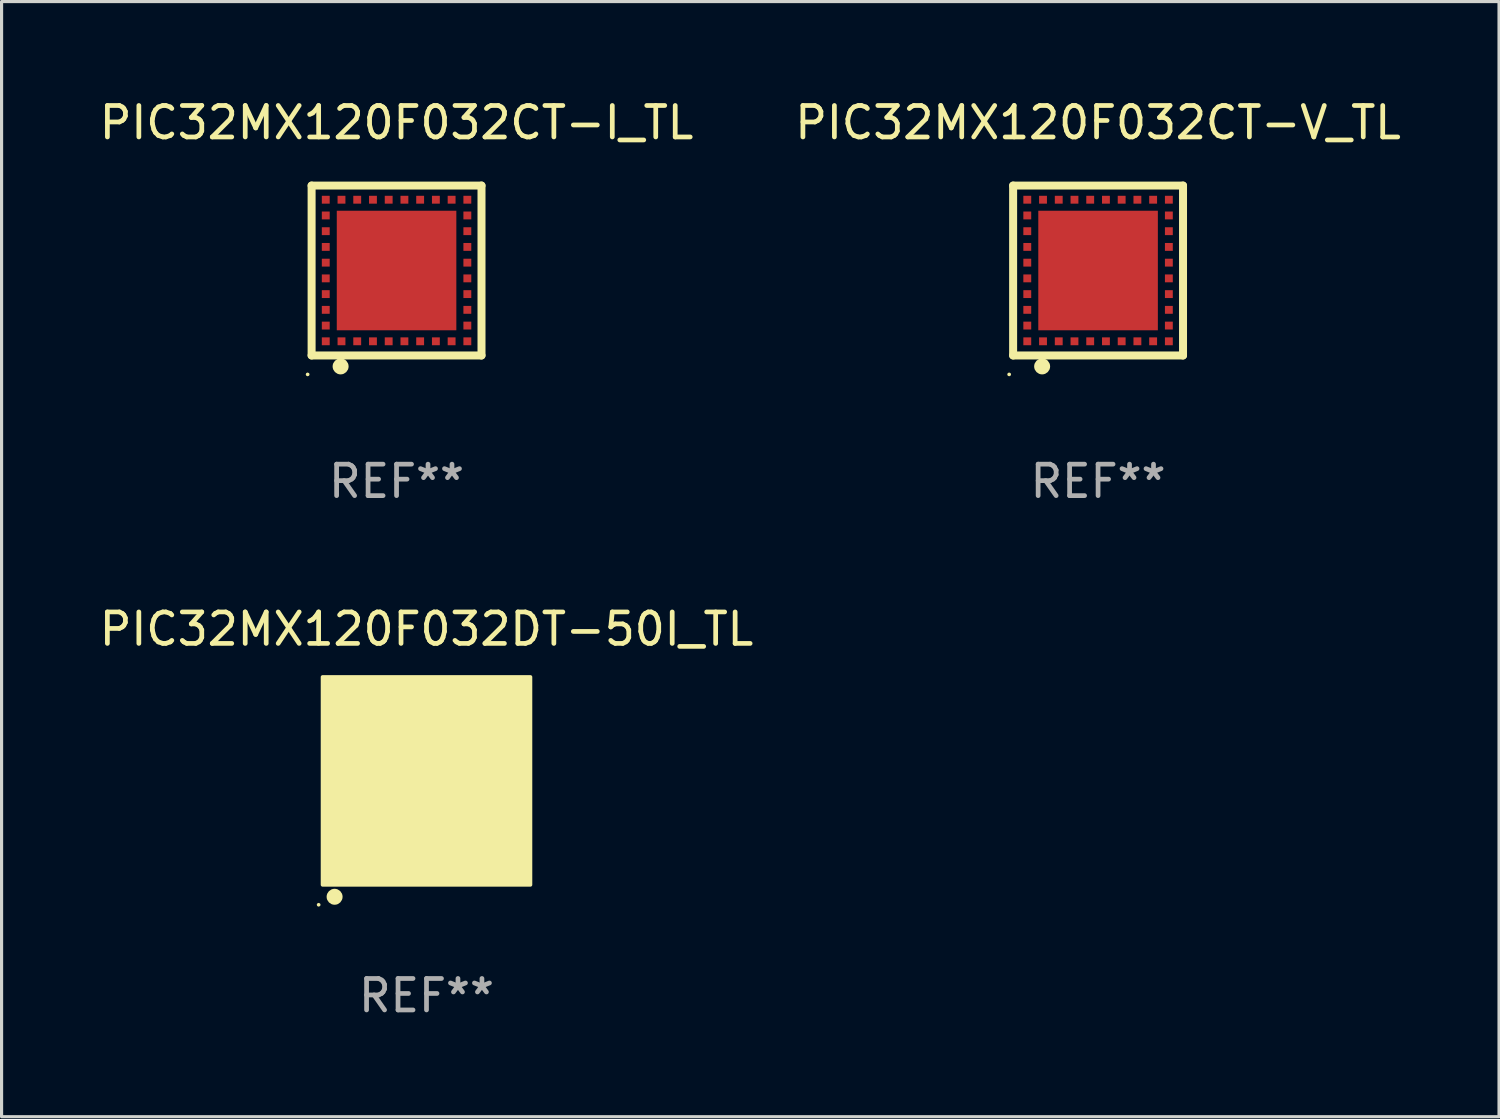
<source format=kicad_pcb>
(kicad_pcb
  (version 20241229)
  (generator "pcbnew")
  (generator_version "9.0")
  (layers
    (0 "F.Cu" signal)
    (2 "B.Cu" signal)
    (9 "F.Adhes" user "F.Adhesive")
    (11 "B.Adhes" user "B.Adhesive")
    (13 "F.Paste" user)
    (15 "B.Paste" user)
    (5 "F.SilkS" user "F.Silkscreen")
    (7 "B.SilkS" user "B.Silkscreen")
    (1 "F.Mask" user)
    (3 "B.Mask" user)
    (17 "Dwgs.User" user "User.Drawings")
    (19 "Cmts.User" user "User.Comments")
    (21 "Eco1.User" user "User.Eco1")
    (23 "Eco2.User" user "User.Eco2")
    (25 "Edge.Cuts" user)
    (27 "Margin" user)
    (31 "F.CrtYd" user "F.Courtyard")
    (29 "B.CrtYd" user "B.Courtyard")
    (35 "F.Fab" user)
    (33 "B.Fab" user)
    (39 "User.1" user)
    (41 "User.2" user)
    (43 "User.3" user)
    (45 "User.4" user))
  (footprint "PIC32MX120F032CT-V_TL"
    (layer "F.Cu")
    (at 31.851 5.548)
    (property "Reference" "PIC32MX120F032CT-V_TL" (at 0 -4.7 0) (layer "F.SilkS") (effects (font (size 1 1) (thickness 0.15))))
    (attr through_hole)
    (fp_line (start -2.7 -2.7) (end 2.7 -2.7) (stroke (width 0.254) (type solid)) (layer "F.SilkS"))
    (fp_line (start -2.7 2.7) (end -2.7 -2.7) (stroke (width 0.254) (type solid)) (layer "F.SilkS"))
    (fp_line (start 2.7 -2.7) (end 2.7 2.7) (stroke (width 0.254) (type solid)) (layer "F.SilkS"))
    (fp_line (start 2.7 2.7) (end -2.7 2.7) (stroke (width 0.254) (type solid)) (layer "F.SilkS"))
    (fp_circle (center -2.827 3.302) (end -2.797 3.302) (stroke (width 0.06) (type solid)) (fill no) (layer "F.SilkS"))
    (fp_circle (center -1.778 3.048) (end -1.651 3.048) (stroke (width 0.254) (type solid)) (fill no) (layer "F.SilkS"))
    (fp_text user "REF**" (at 0 6.7 0) (layer "F.Fab") (effects (font (size 1 1) (thickness 0.15))))
    (pad "1" smd rect (at -1.75 2.25) (size 0.25 0.25) (layers "F.Cu" "F.Mask" "F.Paste"))
    (pad "2" smd rect (at -1.25 2.25) (size 0.25 0.25) (layers "F.Cu" "F.Mask" "F.Paste"))
    (pad "3" smd rect (at -0.75 2.25) (size 0.25 0.25) (layers "F.Cu" "F.Mask" "F.Paste"))
    (pad "4" smd rect (at -0.25 2.25) (size 0.25 0.25) (layers "F.Cu" "F.Mask" "F.Paste"))
    (pad "5" smd rect (at 0.25 2.25) (size 0.25 0.25) (layers "F.Cu" "F.Mask" "F.Paste"))
    (pad "6" smd rect (at 0.75 2.25) (size 0.25 0.25) (layers "F.Cu" "F.Mask" "F.Paste"))
    (pad "7" smd rect (at 1.25 2.25) (size 0.25 0.25) (layers "F.Cu" "F.Mask" "F.Paste"))
    (pad "8" smd rect (at 1.75 2.25) (size 0.25 0.25) (layers "F.Cu" "F.Mask" "F.Paste"))
    (pad "9" smd rect (at 2.25 2.25) (size 0.25 0.25) (layers "F.Cu" "F.Mask" "F.Paste"))
    (pad "10" smd rect (at 2.25 1.75) (size 0.25 0.25) (layers "F.Cu" "F.Mask" "F.Paste"))
    (pad "11" smd rect (at 2.25 1.25) (size 0.25 0.25) (layers "F.Cu" "F.Mask" "F.Paste"))
    (pad "12" smd rect (at 2.25 0.75) (size 0.25 0.25) (layers "F.Cu" "F.Mask" "F.Paste"))
    (pad "13" smd rect (at 2.25 0.25) (size 0.25 0.25) (layers "F.Cu" "F.Mask" "F.Paste"))
    (pad "14" smd rect (at 2.25 -0.25) (size 0.25 0.25) (layers "F.Cu" "F.Mask" "F.Paste"))
    (pad "15" smd rect (at 2.25 -0.75) (size 0.25 0.25) (layers "F.Cu" "F.Mask" "F.Paste"))
    (pad "16" smd rect (at 2.25 -1.25) (size 0.25 0.25) (layers "F.Cu" "F.Mask" "F.Paste"))
    (pad "17" smd rect (at 2.25 -1.75) (size 0.25 0.25) (layers "F.Cu" "F.Mask" "F.Paste"))
    (pad "18" smd rect (at 2.25 -2.25) (size 0.25 0.25) (layers "F.Cu" "F.Mask" "F.Paste"))
    (pad "19" smd rect (at 1.75 -2.25) (size 0.25 0.25) (layers "F.Cu" "F.Mask" "F.Paste"))
    (pad "20" smd rect (at 1.25 -2.25) (size 0.25 0.25) (layers "F.Cu" "F.Mask" "F.Paste"))
    (pad "21" smd rect (at 0.75 -2.25) (size 0.25 0.25) (layers "F.Cu" "F.Mask" "F.Paste"))
    (pad "22" smd rect (at 0.25 -2.25) (size 0.25 0.25) (layers "F.Cu" "F.Mask" "F.Paste"))
    (pad "23" smd rect (at -0.25 -2.25) (size 0.25 0.25) (layers "F.Cu" "F.Mask" "F.Paste"))
    (pad "24" smd rect (at -0.75 -2.25) (size 0.25 0.25) (layers "F.Cu" "F.Mask" "F.Paste"))
    (pad "25" smd rect (at -1.25 -2.25) (size 0.25 0.25) (layers "F.Cu" "F.Mask" "F.Paste"))
    (pad "26" smd rect (at -1.75 -2.25) (size 0.25 0.25) (layers "F.Cu" "F.Mask" "F.Paste"))
    (pad "27" smd rect (at -2.25 -2.25) (size 0.25 0.25) (layers "F.Cu" "F.Mask" "F.Paste"))
    (pad "28" smd rect (at -2.25 -1.75) (size 0.25 0.25) (layers "F.Cu" "F.Mask" "F.Paste"))
    (pad "29" smd rect (at -2.25 -1.25) (size 0.25 0.25) (layers "F.Cu" "F.Mask" "F.Paste"))
    (pad "30" smd rect (at -2.25 -0.75) (size 0.25 0.25) (layers "F.Cu" "F.Mask" "F.Paste"))
    (pad "31" smd rect (at -2.25 -0.25) (size 0.25 0.25) (layers "F.Cu" "F.Mask" "F.Paste"))
    (pad "32" smd rect (at -2.25 0.25) (size 0.25 0.25) (layers "F.Cu" "F.Mask" "F.Paste"))
    (pad "33" smd rect (at -2.25 0.75) (size 0.25 0.25) (layers "F.Cu" "F.Mask" "F.Paste"))
    (pad "34" smd rect (at -2.25 1.25) (size 0.25 0.25) (layers "F.Cu" "F.Mask" "F.Paste"))
    (pad "35" smd rect (at -2.25 1.75) (size 0.25 0.25) (layers "F.Cu" "F.Mask" "F.Paste"))
    (pad "36" smd rect (at -2.25 2.25) (size 0.25 0.25) (layers "F.Cu" "F.Mask" "F.Paste"))
    (pad "37" smd rect (at 0.000127 -0.000076) (size 3.8 3.8) (layers "F.Cu" "F.Mask" "F.Paste")))
  (footprint "PIC32MX120F032CT-I_TL"
    (layer "F.Cu")
    (at 9.554 5.548)
    (property "Reference" "PIC32MX120F032CT-I_TL" (at 0 -4.7 0) (layer "F.SilkS") (effects (font (size 1 1) (thickness 0.15))))
    (attr through_hole)
    (fp_line (start -2.7 -2.7) (end 2.7 -2.7) (stroke (width 0.254) (type solid)) (layer "F.SilkS"))
    (fp_line (start -2.7 2.7) (end -2.7 -2.7) (stroke (width 0.254) (type solid)) (layer "F.SilkS"))
    (fp_line (start 2.7 -2.7) (end 2.7 2.7) (stroke (width 0.254) (type solid)) (layer "F.SilkS"))
    (fp_line (start 2.7 2.7) (end -2.7 2.7) (stroke (width 0.254) (type solid)) (layer "F.SilkS"))
    (fp_circle (center -2.827 3.302) (end -2.797 3.302) (stroke (width 0.06) (type solid)) (fill no) (layer "F.SilkS"))
    (fp_circle (center -1.778 3.048) (end -1.651 3.048) (stroke (width 0.254) (type solid)) (fill no) (layer "F.SilkS"))
    (fp_text user "REF**" (at 0 6.7 0) (layer "F.Fab") (effects (font (size 1 1) (thickness 0.15))))
    (pad "1" smd rect (at -1.75 2.25) (size 0.25 0.25) (layers "F.Cu" "F.Mask" "F.Paste"))
    (pad "2" smd rect (at -1.25 2.25) (size 0.25 0.25) (layers "F.Cu" "F.Mask" "F.Paste"))
    (pad "3" smd rect (at -0.75 2.25) (size 0.25 0.25) (layers "F.Cu" "F.Mask" "F.Paste"))
    (pad "4" smd rect (at -0.25 2.25) (size 0.25 0.25) (layers "F.Cu" "F.Mask" "F.Paste"))
    (pad "5" smd rect (at 0.25 2.25) (size 0.25 0.25) (layers "F.Cu" "F.Mask" "F.Paste"))
    (pad "6" smd rect (at 0.75 2.25) (size 0.25 0.25) (layers "F.Cu" "F.Mask" "F.Paste"))
    (pad "7" smd rect (at 1.25 2.25) (size 0.25 0.25) (layers "F.Cu" "F.Mask" "F.Paste"))
    (pad "8" smd rect (at 1.75 2.25) (size 0.25 0.25) (layers "F.Cu" "F.Mask" "F.Paste"))
    (pad "9" smd rect (at 2.25 2.25) (size 0.25 0.25) (layers "F.Cu" "F.Mask" "F.Paste"))
    (pad "10" smd rect (at 2.25 1.75) (size 0.25 0.25) (layers "F.Cu" "F.Mask" "F.Paste"))
    (pad "11" smd rect (at 2.25 1.25) (size 0.25 0.25) (layers "F.Cu" "F.Mask" "F.Paste"))
    (pad "12" smd rect (at 2.25 0.75) (size 0.25 0.25) (layers "F.Cu" "F.Mask" "F.Paste"))
    (pad "13" smd rect (at 2.25 0.25) (size 0.25 0.25) (layers "F.Cu" "F.Mask" "F.Paste"))
    (pad "14" smd rect (at 2.25 -0.25) (size 0.25 0.25) (layers "F.Cu" "F.Mask" "F.Paste"))
    (pad "15" smd rect (at 2.25 -0.75) (size 0.25 0.25) (layers "F.Cu" "F.Mask" "F.Paste"))
    (pad "16" smd rect (at 2.25 -1.25) (size 0.25 0.25) (layers "F.Cu" "F.Mask" "F.Paste"))
    (pad "17" smd rect (at 2.25 -1.75) (size 0.25 0.25) (layers "F.Cu" "F.Mask" "F.Paste"))
    (pad "18" smd rect (at 2.25 -2.25) (size 0.25 0.25) (layers "F.Cu" "F.Mask" "F.Paste"))
    (pad "19" smd rect (at 1.75 -2.25) (size 0.25 0.25) (layers "F.Cu" "F.Mask" "F.Paste"))
    (pad "20" smd rect (at 1.25 -2.25) (size 0.25 0.25) (layers "F.Cu" "F.Mask" "F.Paste"))
    (pad "21" smd rect (at 0.75 -2.25) (size 0.25 0.25) (layers "F.Cu" "F.Mask" "F.Paste"))
    (pad "22" smd rect (at 0.25 -2.25) (size 0.25 0.25) (layers "F.Cu" "F.Mask" "F.Paste"))
    (pad "23" smd rect (at -0.25 -2.25) (size 0.25 0.25) (layers "F.Cu" "F.Mask" "F.Paste"))
    (pad "24" smd rect (at -0.75 -2.25) (size 0.25 0.25) (layers "F.Cu" "F.Mask" "F.Paste"))
    (pad "25" smd rect (at -1.25 -2.25) (size 0.25 0.25) (layers "F.Cu" "F.Mask" "F.Paste"))
    (pad "26" smd rect (at -1.75 -2.25) (size 0.25 0.25) (layers "F.Cu" "F.Mask" "F.Paste"))
    (pad "27" smd rect (at -2.25 -2.25) (size 0.25 0.25) (layers "F.Cu" "F.Mask" "F.Paste"))
    (pad "28" smd rect (at -2.25 -1.75) (size 0.25 0.25) (layers "F.Cu" "F.Mask" "F.Paste"))
    (pad "29" smd rect (at -2.25 -1.25) (size 0.25 0.25) (layers "F.Cu" "F.Mask" "F.Paste"))
    (pad "30" smd rect (at -2.25 -0.75) (size 0.25 0.25) (layers "F.Cu" "F.Mask" "F.Paste"))
    (pad "31" smd rect (at -2.25 -0.25) (size 0.25 0.25) (layers "F.Cu" "F.Mask" "F.Paste"))
    (pad "32" smd rect (at -2.25 0.25) (size 0.25 0.25) (layers "F.Cu" "F.Mask" "F.Paste"))
    (pad "33" smd rect (at -2.25 0.75) (size 0.25 0.25) (layers "F.Cu" "F.Mask" "F.Paste"))
    (pad "34" smd rect (at -2.25 1.25) (size 0.25 0.25) (layers "F.Cu" "F.Mask" "F.Paste"))
    (pad "35" smd rect (at -2.25 1.75) (size 0.25 0.25) (layers "F.Cu" "F.Mask" "F.Paste"))
    (pad "36" smd rect (at -2.25 2.25) (size 0.25 0.25) (layers "F.Cu" "F.Mask" "F.Paste"))
    (pad "37" smd rect (at 0.000127 -0.000076) (size 3.8 3.8) (layers "F.Cu" "F.Mask" "F.Paste")))
  (footprint "PIC32MX120F032DT-50I_TL"
    (layer "F.Cu")
    (at 10.506 21.77)
    (property "Reference" "PIC32MX120F032DT-50I_TL" (at 0 -4.825 0) (layer "F.SilkS") (effects (font (size 1 1) (thickness 0.15))))
    (attr through_hole)
    (fp_circle (center -3.429 3.937) (end -3.399 3.937) (stroke (width 0.06) (type solid)) (fill no) (layer "F.SilkS"))
    (fp_circle (center -2.921 3.683) (end -2.794 3.683) (stroke (width 0.254) (type solid)) (fill no) (layer "F.SilkS"))
    (fp_poly (pts (xy -3.302 -3.302) (xy 3.302 -3.302) (xy 3.302 3.302) (xy -3.302 3.302)) (stroke (width 0.12) (type solid)) (fill yes) (layer "F.SilkS"))
    (fp_text user "REF**" (at 0 6.825 0) (layer "F.Fab") (effects (font (size 1 1) (thickness 0.15))))
    (pad "1" smd rect (at -2.25 2.825) (size 0.3 0.45) (layers "F.Cu" "F.Mask" "F.Paste"))
    (pad "2" smd rect (at -1.75 2.825) (size 0.3 0.45) (layers "F.Cu" "F.Mask" "F.Paste"))
    (pad "3" smd rect (at -1.25 2.825) (size 0.3 0.45) (layers "F.Cu" "F.Mask" "F.Paste"))
    (pad "4" smd rect (at -0.75 2.825) (size 0.3 0.45) (layers "F.Cu" "F.Mask" "F.Paste"))
    (pad "5" smd rect (at -0.25 2.825) (size 0.3 0.45) (layers "F.Cu" "F.Mask" "F.Paste"))
    (pad "6" smd rect (at 0.25 2.825) (size 0.3 0.45) (layers "F.Cu" "F.Mask" "F.Paste"))
    (pad "7" smd rect (at 0.75 2.825) (size 0.3 0.45) (layers "F.Cu" "F.Mask" "F.Paste"))
    (pad "8" smd rect (at 1.25 2.825) (size 0.3 0.45) (layers "F.Cu" "F.Mask" "F.Paste"))
    (pad "9" smd rect (at 1.75 2.825) (size 0.3 0.45) (layers "F.Cu" "F.Mask" "F.Paste"))
    (pad "10" smd rect (at 2.25 2.825) (size 0.3 0.45) (layers "F.Cu" "F.Mask" "F.Paste"))
    (pad "11" smd rect (at 2.825 2.825 90) (size 0.45 0.45) (layers "F.Cu" "F.Mask" "F.Paste"))
    (pad "12" smd rect (at 2.825 2.25 90) (size 0.3 0.45) (layers "F.Cu" "F.Mask" "F.Paste"))
    (pad "13" smd rect (at 2.825 1.75 90) (size 0.3 0.45) (layers "F.Cu" "F.Mask" "F.Paste"))
    (pad "14" smd rect (at 2.825 1.25 90) (size 0.3 0.45) (layers "F.Cu" "F.Mask" "F.Paste"))
    (pad "15" smd rect (at 2.825 0.75 90) (size 0.3 0.45) (layers "F.Cu" "F.Mask" "F.Paste"))
    (pad "16" smd rect (at 2.825 0.25 90) (size 0.3 0.45) (layers "F.Cu" "F.Mask" "F.Paste"))
    (pad "17" smd rect (at 2.825 -0.25 90) (size 0.3 0.45) (layers "F.Cu" "F.Mask" "F.Paste"))
    (pad "18" smd rect (at 2.825 -0.75 90) (size 0.3 0.45) (layers "F.Cu" "F.Mask" "F.Paste"))
    (pad "19" smd rect (at 2.825 -1.25 90) (size 0.3 0.45) (layers "F.Cu" "F.Mask" "F.Paste"))
    (pad "20" smd rect (at 2.825 -1.75 90) (size 0.3 0.45) (layers "F.Cu" "F.Mask" "F.Paste"))
    (pad "21" smd rect (at 2.825 -2.25 90) (size 0.3 0.45) (layers "F.Cu" "F.Mask" "F.Paste"))
    (pad "22" smd rect (at 2.825 -2.825 90) (size 0.45 0.45) (layers "F.Cu" "F.Mask" "F.Paste"))
    (pad "23" smd rect (at 2.25 -2.825) (size 0.3 0.45) (layers "F.Cu" "F.Mask" "F.Paste"))
    (pad "24" smd rect (at 1.75 -2.825) (size 0.3 0.45) (layers "F.Cu" "F.Mask" "F.Paste"))
    (pad "25" smd rect (at 1.25 -2.825) (size 0.3 0.45) (layers "F.Cu" "F.Mask" "F.Paste"))
    (pad "26" smd rect (at 0.75 -2.825) (size 0.3 0.45) (layers "F.Cu" "F.Mask" "F.Paste"))
    (pad "27" smd rect (at 0.25 -2.825) (size 0.3 0.45) (layers "F.Cu" "F.Mask" "F.Paste"))
    (pad "28" smd rect (at -0.25 -2.825) (size 0.3 0.45) (layers "F.Cu" "F.Mask" "F.Paste"))
    (pad "29" smd rect (at -0.75 -2.825) (size 0.3 0.45) (layers "F.Cu" "F.Mask" "F.Paste"))
    (pad "30" smd rect (at -1.25 -2.825) (size 0.3 0.45) (layers "F.Cu" "F.Mask" "F.Paste"))
    (pad "31" smd rect (at -1.75 -2.825) (size 0.3 0.45) (layers "F.Cu" "F.Mask" "F.Paste"))
    (pad "32" smd rect (at -2.25 -2.825) (size 0.3 0.45) (layers "F.Cu" "F.Mask" "F.Paste"))
    (pad "33" smd rect (at -2.825 -2.825 90) (size 0.45 0.45) (layers "F.Cu" "F.Mask" "F.Paste"))
    (pad "34" smd rect (at -2.825 -2.25 90) (size 0.3 0.45) (layers "F.Cu" "F.Mask" "F.Paste"))
    (pad "35" smd rect (at -2.825 -1.75 90) (size 0.3 0.45) (layers "F.Cu" "F.Mask" "F.Paste"))
    (pad "36" smd rect (at -2.825 -1.25 90) (size 0.3 0.45) (layers "F.Cu" "F.Mask" "F.Paste"))
    (pad "37" smd rect (at -2.825 -0.75 90) (size 0.3 0.45) (layers "F.Cu" "F.Mask" "F.Paste"))
    (pad "38" smd rect (at -2.825 -0.25 90) (size 0.3 0.45) (layers "F.Cu" "F.Mask" "F.Paste"))
    (pad "39" smd rect (at -2.825 0.25 90) (size 0.3 0.45) (layers "F.Cu" "F.Mask" "F.Paste"))
    (pad "40" smd rect (at -2.825 0.75 90) (size 0.3 0.45) (layers "F.Cu" "F.Mask" "F.Paste"))
    (pad "41" smd rect (at -2.825 1.25 90) (size 0.3 0.45) (layers "F.Cu" "F.Mask" "F.Paste"))
    (pad "42" smd rect (at -2.825 1.75 90) (size 0.3 0.45) (layers "F.Cu" "F.Mask" "F.Paste"))
    (pad "43" smd rect (at -2.825 2.25 90) (size 0.3 0.45) (layers "F.Cu" "F.Mask" "F.Paste"))
    (pad "44" smd rect (at -2.825 2.825 90) (size 0.45 0.45) (layers "F.Cu" "F.Mask" "F.Paste"))
    (pad "45" smd rect (at 0 0 90) (size 4.6 4.6) (layers "F.Cu" "F.Mask" "F.Paste")))
  (gr_rect
    (start -3 -3)
    (end 44.595 32.443)
    (stroke (width 0.1) (type default))
    (fill no)
    (layer "Edge.Cuts")))
</source>
